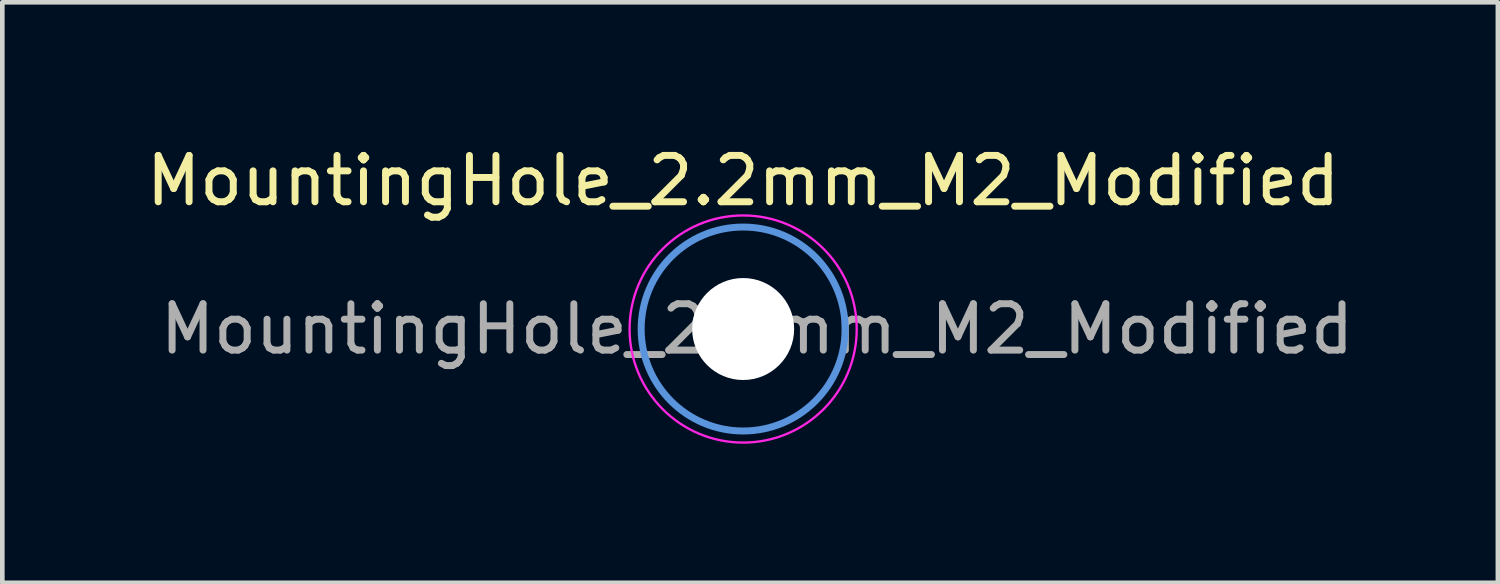
<source format=kicad_pcb>
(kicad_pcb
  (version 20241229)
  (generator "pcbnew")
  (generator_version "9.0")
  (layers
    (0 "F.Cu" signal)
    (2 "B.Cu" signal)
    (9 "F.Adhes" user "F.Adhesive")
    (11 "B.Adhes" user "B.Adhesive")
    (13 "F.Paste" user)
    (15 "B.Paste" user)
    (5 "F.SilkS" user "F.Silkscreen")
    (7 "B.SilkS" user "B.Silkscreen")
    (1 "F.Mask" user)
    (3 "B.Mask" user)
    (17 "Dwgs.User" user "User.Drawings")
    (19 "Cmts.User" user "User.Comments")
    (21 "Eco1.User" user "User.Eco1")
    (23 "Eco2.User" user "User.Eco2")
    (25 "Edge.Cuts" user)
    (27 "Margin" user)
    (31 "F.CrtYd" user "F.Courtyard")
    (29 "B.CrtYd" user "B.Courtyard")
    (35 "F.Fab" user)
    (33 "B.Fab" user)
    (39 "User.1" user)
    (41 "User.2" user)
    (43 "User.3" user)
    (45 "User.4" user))
  (footprint "MountingHole_2.2mm_M2_Modified"
    (layer "F.Cu")
    (at 12.982 4.048)
    (property "Reference" "MountingHole_2.2mm_M2_Modified" (at 0 -3.2 0) (layer "F.SilkS") (effects (font (size 1 1) (thickness 0.15))))
    (attr exclude_from_pos_files exclude_from_bom)
    (fp_circle (center 0 0) (end 2.2 0) (stroke (width 0.15) (type solid)) (fill no) (layer "Cmts.User"))
    (fp_circle (center 0 0) (end 1.007 -0.26) (stroke (width 0.12) (type solid)) (fill no) (layer "Eco2.User"))
    (fp_circle (center 0 0) (end 2.45 0) (stroke (width 0.05) (type solid)) (fill no) (layer "F.CrtYd"))
    (fp_text user "${REFERENCE}" (at 0.3 0 0) (layer "F.Fab") (effects (font (size 1 1) (thickness 0.15))))
    (pad "" np_thru_hole circle (at 0 0) (size 2.2 2.2) (drill 2.2) (layers "*.Cu" "*.Mask")))
  (gr_rect
    (start -3 -3)
    (end 29.264 9.523)
    (stroke (width 0.1) (type default))
    (fill no)
    (layer "Edge.Cuts")))
</source>
